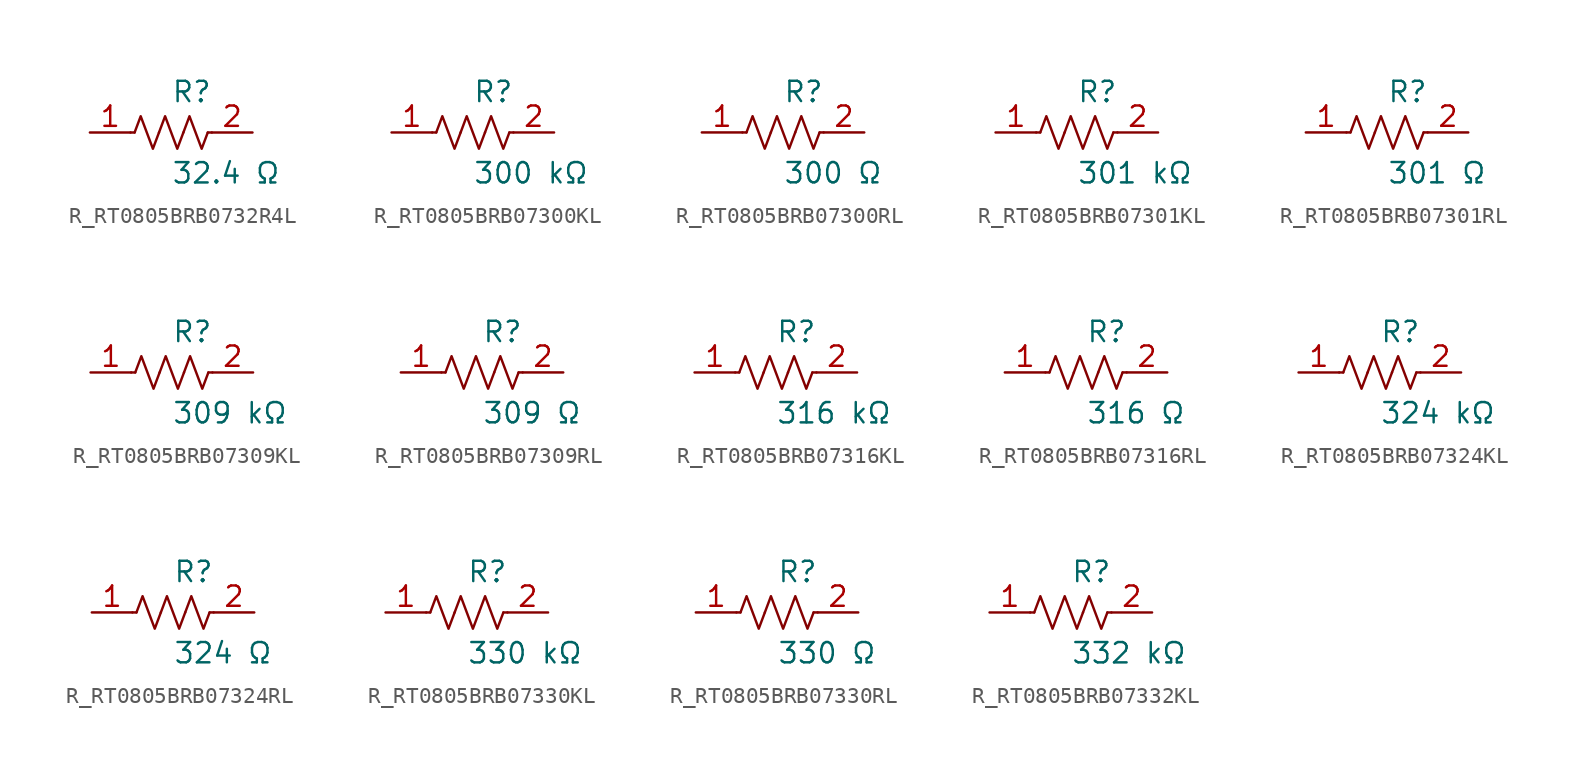
<source format=kicad_sym>
(kicad_symbol_lib
  (version 20231120)
  (generator kicad_symbol_editor)
  (generator_version 8.0)
  (symbol "R_RT0805BRB0732R4L"
    (pin_names
      (offset 0.254))
    (property "Reference" "R"
      (at 0 2.54 0)
      (effects (font (size 1.27 1.27)) (justify left)))
    (property "Value" "32.4 Ω"
      (at 0 -2.54 0)
      (effects (font (size 1.27 1.27)) (justify left)))
    (symbol "R_RT0805BRB0732R4L_0_1"
      (polyline (pts (xy 2.286 0) (xy 2.54 0)) (stroke (width 0) (type default)) (fill (type none)))
      (polyline (pts (xy -2.286 0) (xy -2.54 0)) (stroke (width 0) (type default)) (fill (type none)))
      (polyline (pts (xy 0.762 0) (xy 1.143 1.016) (xy 1.524 0) (xy 1.905 -1.016) (xy 2.286 0)) (stroke (width 0) (type default)) (fill (type none)))
      (polyline (pts (xy -0.762 0) (xy -0.381 1.016) (xy 0 0) (xy 0.381 -1.016) (xy 0.762 0)) (stroke (width 0) (type default)) (fill (type none)))
      (polyline (pts (xy -2.286 0) (xy -1.905 1.016) (xy -1.524 0) (xy -1.143 -1.016) (xy -0.762 0)) (stroke (width 0) (type default)) (fill (type none))))
    (pin unspecified line
      (at -5.08 0 0)
      (length 2.54)
      (name "" (effects (font (size 1.27 1.27))))
      (number "1" (effects (font (size 1.27 1.27)))))
    (pin unspecified line
      (at 5.08 0 180)
      (length 2.54)
      (name "" (effects (font (size 1.27 1.27))))
      (number "2" (effects (font (size 1.27 1.27))))))
  (symbol "R_RT0805BRB07300KL"
    (pin_names
      (offset 0.254))
    (property "Reference" "R"
      (at 0 2.54 0)
      (effects (font (size 1.27 1.27)) (justify left)))
    (property "Value" "300 kΩ"
      (at 0 -2.54 0)
      (effects (font (size 1.27 1.27)) (justify left)))
    (symbol "R_RT0805BRB07300KL_0_1"
      (polyline (pts (xy 2.286 0) (xy 2.54 0)) (stroke (width 0) (type default)) (fill (type none)))
      (polyline (pts (xy -2.286 0) (xy -2.54 0)) (stroke (width 0) (type default)) (fill (type none)))
      (polyline (pts (xy 0.762 0) (xy 1.143 1.016) (xy 1.524 0) (xy 1.905 -1.016) (xy 2.286 0)) (stroke (width 0) (type default)) (fill (type none)))
      (polyline (pts (xy -0.762 0) (xy -0.381 1.016) (xy 0 0) (xy 0.381 -1.016) (xy 0.762 0)) (stroke (width 0) (type default)) (fill (type none)))
      (polyline (pts (xy -2.286 0) (xy -1.905 1.016) (xy -1.524 0) (xy -1.143 -1.016) (xy -0.762 0)) (stroke (width 0) (type default)) (fill (type none))))
    (pin unspecified line
      (at -5.08 0 0)
      (length 2.54)
      (name "" (effects (font (size 1.27 1.27))))
      (number "1" (effects (font (size 1.27 1.27)))))
    (pin unspecified line
      (at 5.08 0 180)
      (length 2.54)
      (name "" (effects (font (size 1.27 1.27))))
      (number "2" (effects (font (size 1.27 1.27))))))
  (symbol "R_RT0805BRB07300RL"
    (pin_names
      (offset 0.254))
    (property "Reference" "R"
      (at 0 2.54 0)
      (effects (font (size 1.27 1.27)) (justify left)))
    (property "Value" "300 Ω"
      (at 0 -2.54 0)
      (effects (font (size 1.27 1.27)) (justify left)))
    (symbol "R_RT0805BRB07300RL_0_1"
      (polyline (pts (xy 2.286 0) (xy 2.54 0)) (stroke (width 0) (type default)) (fill (type none)))
      (polyline (pts (xy -2.286 0) (xy -2.54 0)) (stroke (width 0) (type default)) (fill (type none)))
      (polyline (pts (xy 0.762 0) (xy 1.143 1.016) (xy 1.524 0) (xy 1.905 -1.016) (xy 2.286 0)) (stroke (width 0) (type default)) (fill (type none)))
      (polyline (pts (xy -0.762 0) (xy -0.381 1.016) (xy 0 0) (xy 0.381 -1.016) (xy 0.762 0)) (stroke (width 0) (type default)) (fill (type none)))
      (polyline (pts (xy -2.286 0) (xy -1.905 1.016) (xy -1.524 0) (xy -1.143 -1.016) (xy -0.762 0)) (stroke (width 0) (type default)) (fill (type none))))
    (pin unspecified line
      (at -5.08 0 0)
      (length 2.54)
      (name "" (effects (font (size 1.27 1.27))))
      (number "1" (effects (font (size 1.27 1.27)))))
    (pin unspecified line
      (at 5.08 0 180)
      (length 2.54)
      (name "" (effects (font (size 1.27 1.27))))
      (number "2" (effects (font (size 1.27 1.27))))))
  (symbol "R_RT0805BRB07301KL"
    (pin_names
      (offset 0.254))
    (property "Reference" "R"
      (at 0 2.54 0)
      (effects (font (size 1.27 1.27)) (justify left)))
    (property "Value" "301 kΩ"
      (at 0 -2.54 0)
      (effects (font (size 1.27 1.27)) (justify left)))
    (symbol "R_RT0805BRB07301KL_0_1"
      (polyline (pts (xy 2.286 0) (xy 2.54 0)) (stroke (width 0) (type default)) (fill (type none)))
      (polyline (pts (xy -2.286 0) (xy -2.54 0)) (stroke (width 0) (type default)) (fill (type none)))
      (polyline (pts (xy 0.762 0) (xy 1.143 1.016) (xy 1.524 0) (xy 1.905 -1.016) (xy 2.286 0)) (stroke (width 0) (type default)) (fill (type none)))
      (polyline (pts (xy -0.762 0) (xy -0.381 1.016) (xy 0 0) (xy 0.381 -1.016) (xy 0.762 0)) (stroke (width 0) (type default)) (fill (type none)))
      (polyline (pts (xy -2.286 0) (xy -1.905 1.016) (xy -1.524 0) (xy -1.143 -1.016) (xy -0.762 0)) (stroke (width 0) (type default)) (fill (type none))))
    (pin unspecified line
      (at -5.08 0 0)
      (length 2.54)
      (name "" (effects (font (size 1.27 1.27))))
      (number "1" (effects (font (size 1.27 1.27)))))
    (pin unspecified line
      (at 5.08 0 180)
      (length 2.54)
      (name "" (effects (font (size 1.27 1.27))))
      (number "2" (effects (font (size 1.27 1.27))))))
  (symbol "R_RT0805BRB07301RL"
    (pin_names
      (offset 0.254))
    (property "Reference" "R"
      (at 0 2.54 0)
      (effects (font (size 1.27 1.27)) (justify left)))
    (property "Value" "301 Ω"
      (at 0 -2.54 0)
      (effects (font (size 1.27 1.27)) (justify left)))
    (symbol "R_RT0805BRB07301RL_0_1"
      (polyline (pts (xy 2.286 0) (xy 2.54 0)) (stroke (width 0) (type default)) (fill (type none)))
      (polyline (pts (xy -2.286 0) (xy -2.54 0)) (stroke (width 0) (type default)) (fill (type none)))
      (polyline (pts (xy 0.762 0) (xy 1.143 1.016) (xy 1.524 0) (xy 1.905 -1.016) (xy 2.286 0)) (stroke (width 0) (type default)) (fill (type none)))
      (polyline (pts (xy -0.762 0) (xy -0.381 1.016) (xy 0 0) (xy 0.381 -1.016) (xy 0.762 0)) (stroke (width 0) (type default)) (fill (type none)))
      (polyline (pts (xy -2.286 0) (xy -1.905 1.016) (xy -1.524 0) (xy -1.143 -1.016) (xy -0.762 0)) (stroke (width 0) (type default)) (fill (type none))))
    (pin unspecified line
      (at -5.08 0 0)
      (length 2.54)
      (name "" (effects (font (size 1.27 1.27))))
      (number "1" (effects (font (size 1.27 1.27)))))
    (pin unspecified line
      (at 5.08 0 180)
      (length 2.54)
      (name "" (effects (font (size 1.27 1.27))))
      (number "2" (effects (font (size 1.27 1.27))))))
  (symbol "R_RT0805BRB07309KL"
    (pin_names
      (offset 0.254))
    (property "Reference" "R"
      (at 0 2.54 0)
      (effects (font (size 1.27 1.27)) (justify left)))
    (property "Value" "309 kΩ"
      (at 0 -2.54 0)
      (effects (font (size 1.27 1.27)) (justify left)))
    (symbol "R_RT0805BRB07309KL_0_1"
      (polyline (pts (xy 2.286 0) (xy 2.54 0)) (stroke (width 0) (type default)) (fill (type none)))
      (polyline (pts (xy -2.286 0) (xy -2.54 0)) (stroke (width 0) (type default)) (fill (type none)))
      (polyline (pts (xy 0.762 0) (xy 1.143 1.016) (xy 1.524 0) (xy 1.905 -1.016) (xy 2.286 0)) (stroke (width 0) (type default)) (fill (type none)))
      (polyline (pts (xy -0.762 0) (xy -0.381 1.016) (xy 0 0) (xy 0.381 -1.016) (xy 0.762 0)) (stroke (width 0) (type default)) (fill (type none)))
      (polyline (pts (xy -2.286 0) (xy -1.905 1.016) (xy -1.524 0) (xy -1.143 -1.016) (xy -0.762 0)) (stroke (width 0) (type default)) (fill (type none))))
    (pin unspecified line
      (at -5.08 0 0)
      (length 2.54)
      (name "" (effects (font (size 1.27 1.27))))
      (number "1" (effects (font (size 1.27 1.27)))))
    (pin unspecified line
      (at 5.08 0 180)
      (length 2.54)
      (name "" (effects (font (size 1.27 1.27))))
      (number "2" (effects (font (size 1.27 1.27))))))
  (symbol "R_RT0805BRB07309RL"
    (pin_names
      (offset 0.254))
    (property "Reference" "R"
      (at 0 2.54 0)
      (effects (font (size 1.27 1.27)) (justify left)))
    (property "Value" "309 Ω"
      (at 0 -2.54 0)
      (effects (font (size 1.27 1.27)) (justify left)))
    (symbol "R_RT0805BRB07309RL_0_1"
      (polyline (pts (xy 2.286 0) (xy 2.54 0)) (stroke (width 0) (type default)) (fill (type none)))
      (polyline (pts (xy -2.286 0) (xy -2.54 0)) (stroke (width 0) (type default)) (fill (type none)))
      (polyline (pts (xy 0.762 0) (xy 1.143 1.016) (xy 1.524 0) (xy 1.905 -1.016) (xy 2.286 0)) (stroke (width 0) (type default)) (fill (type none)))
      (polyline (pts (xy -0.762 0) (xy -0.381 1.016) (xy 0 0) (xy 0.381 -1.016) (xy 0.762 0)) (stroke (width 0) (type default)) (fill (type none)))
      (polyline (pts (xy -2.286 0) (xy -1.905 1.016) (xy -1.524 0) (xy -1.143 -1.016) (xy -0.762 0)) (stroke (width 0) (type default)) (fill (type none))))
    (pin unspecified line
      (at -5.08 0 0)
      (length 2.54)
      (name "" (effects (font (size 1.27 1.27))))
      (number "1" (effects (font (size 1.27 1.27)))))
    (pin unspecified line
      (at 5.08 0 180)
      (length 2.54)
      (name "" (effects (font (size 1.27 1.27))))
      (number "2" (effects (font (size 1.27 1.27))))))
  (symbol "R_RT0805BRB07316KL"
    (pin_names
      (offset 0.254))
    (property "Reference" "R"
      (at 0 2.54 0)
      (effects (font (size 1.27 1.27)) (justify left)))
    (property "Value" "316 kΩ"
      (at 0 -2.54 0)
      (effects (font (size 1.27 1.27)) (justify left)))
    (symbol "R_RT0805BRB07316KL_0_1"
      (polyline (pts (xy 2.286 0) (xy 2.54 0)) (stroke (width 0) (type default)) (fill (type none)))
      (polyline (pts (xy -2.286 0) (xy -2.54 0)) (stroke (width 0) (type default)) (fill (type none)))
      (polyline (pts (xy 0.762 0) (xy 1.143 1.016) (xy 1.524 0) (xy 1.905 -1.016) (xy 2.286 0)) (stroke (width 0) (type default)) (fill (type none)))
      (polyline (pts (xy -0.762 0) (xy -0.381 1.016) (xy 0 0) (xy 0.381 -1.016) (xy 0.762 0)) (stroke (width 0) (type default)) (fill (type none)))
      (polyline (pts (xy -2.286 0) (xy -1.905 1.016) (xy -1.524 0) (xy -1.143 -1.016) (xy -0.762 0)) (stroke (width 0) (type default)) (fill (type none))))
    (pin unspecified line
      (at -5.08 0 0)
      (length 2.54)
      (name "" (effects (font (size 1.27 1.27))))
      (number "1" (effects (font (size 1.27 1.27)))))
    (pin unspecified line
      (at 5.08 0 180)
      (length 2.54)
      (name "" (effects (font (size 1.27 1.27))))
      (number "2" (effects (font (size 1.27 1.27))))))
  (symbol "R_RT0805BRB07316RL"
    (pin_names
      (offset 0.254))
    (property "Reference" "R"
      (at 0 2.54 0)
      (effects (font (size 1.27 1.27)) (justify left)))
    (property "Value" "316 Ω"
      (at 0 -2.54 0)
      (effects (font (size 1.27 1.27)) (justify left)))
    (symbol "R_RT0805BRB07316RL_0_1"
      (polyline (pts (xy 2.286 0) (xy 2.54 0)) (stroke (width 0) (type default)) (fill (type none)))
      (polyline (pts (xy -2.286 0) (xy -2.54 0)) (stroke (width 0) (type default)) (fill (type none)))
      (polyline (pts (xy 0.762 0) (xy 1.143 1.016) (xy 1.524 0) (xy 1.905 -1.016) (xy 2.286 0)) (stroke (width 0) (type default)) (fill (type none)))
      (polyline (pts (xy -0.762 0) (xy -0.381 1.016) (xy 0 0) (xy 0.381 -1.016) (xy 0.762 0)) (stroke (width 0) (type default)) (fill (type none)))
      (polyline (pts (xy -2.286 0) (xy -1.905 1.016) (xy -1.524 0) (xy -1.143 -1.016) (xy -0.762 0)) (stroke (width 0) (type default)) (fill (type none))))
    (pin unspecified line
      (at -5.08 0 0)
      (length 2.54)
      (name "" (effects (font (size 1.27 1.27))))
      (number "1" (effects (font (size 1.27 1.27)))))
    (pin unspecified line
      (at 5.08 0 180)
      (length 2.54)
      (name "" (effects (font (size 1.27 1.27))))
      (number "2" (effects (font (size 1.27 1.27))))))
  (symbol "R_RT0805BRB07324KL"
    (pin_names
      (offset 0.254))
    (property "Reference" "R"
      (at 0 2.54 0)
      (effects (font (size 1.27 1.27)) (justify left)))
    (property "Value" "324 kΩ"
      (at 0 -2.54 0)
      (effects (font (size 1.27 1.27)) (justify left)))
    (symbol "R_RT0805BRB07324KL_0_1"
      (polyline (pts (xy 2.286 0) (xy 2.54 0)) (stroke (width 0) (type default)) (fill (type none)))
      (polyline (pts (xy -2.286 0) (xy -2.54 0)) (stroke (width 0) (type default)) (fill (type none)))
      (polyline (pts (xy 0.762 0) (xy 1.143 1.016) (xy 1.524 0) (xy 1.905 -1.016) (xy 2.286 0)) (stroke (width 0) (type default)) (fill (type none)))
      (polyline (pts (xy -0.762 0) (xy -0.381 1.016) (xy 0 0) (xy 0.381 -1.016) (xy 0.762 0)) (stroke (width 0) (type default)) (fill (type none)))
      (polyline (pts (xy -2.286 0) (xy -1.905 1.016) (xy -1.524 0) (xy -1.143 -1.016) (xy -0.762 0)) (stroke (width 0) (type default)) (fill (type none))))
    (pin unspecified line
      (at -5.08 0 0)
      (length 2.54)
      (name "" (effects (font (size 1.27 1.27))))
      (number "1" (effects (font (size 1.27 1.27)))))
    (pin unspecified line
      (at 5.08 0 180)
      (length 2.54)
      (name "" (effects (font (size 1.27 1.27))))
      (number "2" (effects (font (size 1.27 1.27))))))
  (symbol "R_RT0805BRB07324RL"
    (pin_names
      (offset 0.254))
    (property "Reference" "R"
      (at 0 2.54 0)
      (effects (font (size 1.27 1.27)) (justify left)))
    (property "Value" "324 Ω"
      (at 0 -2.54 0)
      (effects (font (size 1.27 1.27)) (justify left)))
    (symbol "R_RT0805BRB07324RL_0_1"
      (polyline (pts (xy 2.286 0) (xy 2.54 0)) (stroke (width 0) (type default)) (fill (type none)))
      (polyline (pts (xy -2.286 0) (xy -2.54 0)) (stroke (width 0) (type default)) (fill (type none)))
      (polyline (pts (xy 0.762 0) (xy 1.143 1.016) (xy 1.524 0) (xy 1.905 -1.016) (xy 2.286 0)) (stroke (width 0) (type default)) (fill (type none)))
      (polyline (pts (xy -0.762 0) (xy -0.381 1.016) (xy 0 0) (xy 0.381 -1.016) (xy 0.762 0)) (stroke (width 0) (type default)) (fill (type none)))
      (polyline (pts (xy -2.286 0) (xy -1.905 1.016) (xy -1.524 0) (xy -1.143 -1.016) (xy -0.762 0)) (stroke (width 0) (type default)) (fill (type none))))
    (pin unspecified line
      (at -5.08 0 0)
      (length 2.54)
      (name "" (effects (font (size 1.27 1.27))))
      (number "1" (effects (font (size 1.27 1.27)))))
    (pin unspecified line
      (at 5.08 0 180)
      (length 2.54)
      (name "" (effects (font (size 1.27 1.27))))
      (number "2" (effects (font (size 1.27 1.27))))))
  (symbol "R_RT0805BRB07330KL"
    (pin_names
      (offset 0.254))
    (property "Reference" "R"
      (at 0 2.54 0)
      (effects (font (size 1.27 1.27)) (justify left)))
    (property "Value" "330 kΩ"
      (at 0 -2.54 0)
      (effects (font (size 1.27 1.27)) (justify left)))
    (symbol "R_RT0805BRB07330KL_0_1"
      (polyline (pts (xy 2.286 0) (xy 2.54 0)) (stroke (width 0) (type default)) (fill (type none)))
      (polyline (pts (xy -2.286 0) (xy -2.54 0)) (stroke (width 0) (type default)) (fill (type none)))
      (polyline (pts (xy 0.762 0) (xy 1.143 1.016) (xy 1.524 0) (xy 1.905 -1.016) (xy 2.286 0)) (stroke (width 0) (type default)) (fill (type none)))
      (polyline (pts (xy -0.762 0) (xy -0.381 1.016) (xy 0 0) (xy 0.381 -1.016) (xy 0.762 0)) (stroke (width 0) (type default)) (fill (type none)))
      (polyline (pts (xy -2.286 0) (xy -1.905 1.016) (xy -1.524 0) (xy -1.143 -1.016) (xy -0.762 0)) (stroke (width 0) (type default)) (fill (type none))))
    (pin unspecified line
      (at -5.08 0 0)
      (length 2.54)
      (name "" (effects (font (size 1.27 1.27))))
      (number "1" (effects (font (size 1.27 1.27)))))
    (pin unspecified line
      (at 5.08 0 180)
      (length 2.54)
      (name "" (effects (font (size 1.27 1.27))))
      (number "2" (effects (font (size 1.27 1.27))))))
  (symbol "R_RT0805BRB07330RL"
    (pin_names
      (offset 0.254))
    (property "Reference" "R"
      (at 0 2.54 0)
      (effects (font (size 1.27 1.27)) (justify left)))
    (property "Value" "330 Ω"
      (at 0 -2.54 0)
      (effects (font (size 1.27 1.27)) (justify left)))
    (symbol "R_RT0805BRB07330RL_0_1"
      (polyline (pts (xy 2.286 0) (xy 2.54 0)) (stroke (width 0) (type default)) (fill (type none)))
      (polyline (pts (xy -2.286 0) (xy -2.54 0)) (stroke (width 0) (type default)) (fill (type none)))
      (polyline (pts (xy 0.762 0) (xy 1.143 1.016) (xy 1.524 0) (xy 1.905 -1.016) (xy 2.286 0)) (stroke (width 0) (type default)) (fill (type none)))
      (polyline (pts (xy -0.762 0) (xy -0.381 1.016) (xy 0 0) (xy 0.381 -1.016) (xy 0.762 0)) (stroke (width 0) (type default)) (fill (type none)))
      (polyline (pts (xy -2.286 0) (xy -1.905 1.016) (xy -1.524 0) (xy -1.143 -1.016) (xy -0.762 0)) (stroke (width 0) (type default)) (fill (type none))))
    (pin unspecified line
      (at -5.08 0 0)
      (length 2.54)
      (name "" (effects (font (size 1.27 1.27))))
      (number "1" (effects (font (size 1.27 1.27)))))
    (pin unspecified line
      (at 5.08 0 180)
      (length 2.54)
      (name "" (effects (font (size 1.27 1.27))))
      (number "2" (effects (font (size 1.27 1.27))))))
  (symbol "R_RT0805BRB07332KL"
    (pin_names
      (offset 0.254))
    (property "Reference" "R"
      (at 0 2.54 0)
      (effects (font (size 1.27 1.27)) (justify left)))
    (property "Value" "332 kΩ"
      (at 0 -2.54 0)
      (effects (font (size 1.27 1.27)) (justify left)))
    (symbol "R_RT0805BRB07332KL_0_1"
      (polyline (pts (xy 2.286 0) (xy 2.54 0)) (stroke (width 0) (type default)) (fill (type none)))
      (polyline (pts (xy -2.286 0) (xy -2.54 0)) (stroke (width 0) (type default)) (fill (type none)))
      (polyline (pts (xy 0.762 0) (xy 1.143 1.016) (xy 1.524 0) (xy 1.905 -1.016) (xy 2.286 0)) (stroke (width 0) (type default)) (fill (type none)))
      (polyline (pts (xy -0.762 0) (xy -0.381 1.016) (xy 0 0) (xy 0.381 -1.016) (xy 0.762 0)) (stroke (width 0) (type default)) (fill (type none)))
      (polyline (pts (xy -2.286 0) (xy -1.905 1.016) (xy -1.524 0) (xy -1.143 -1.016) (xy -0.762 0)) (stroke (width 0) (type default)) (fill (type none))))
    (pin unspecified line
      (at -5.08 0 0)
      (length 2.54)
      (name "" (effects (font (size 1.27 1.27))))
      (number "1" (effects (font (size 1.27 1.27)))))
    (pin unspecified line
      (at 5.08 0 180)
      (length 2.54)
      (name "" (effects (font (size 1.27 1.27))))
      (number "2" (effects (font (size 1.27 1.27)))))))
</source>
